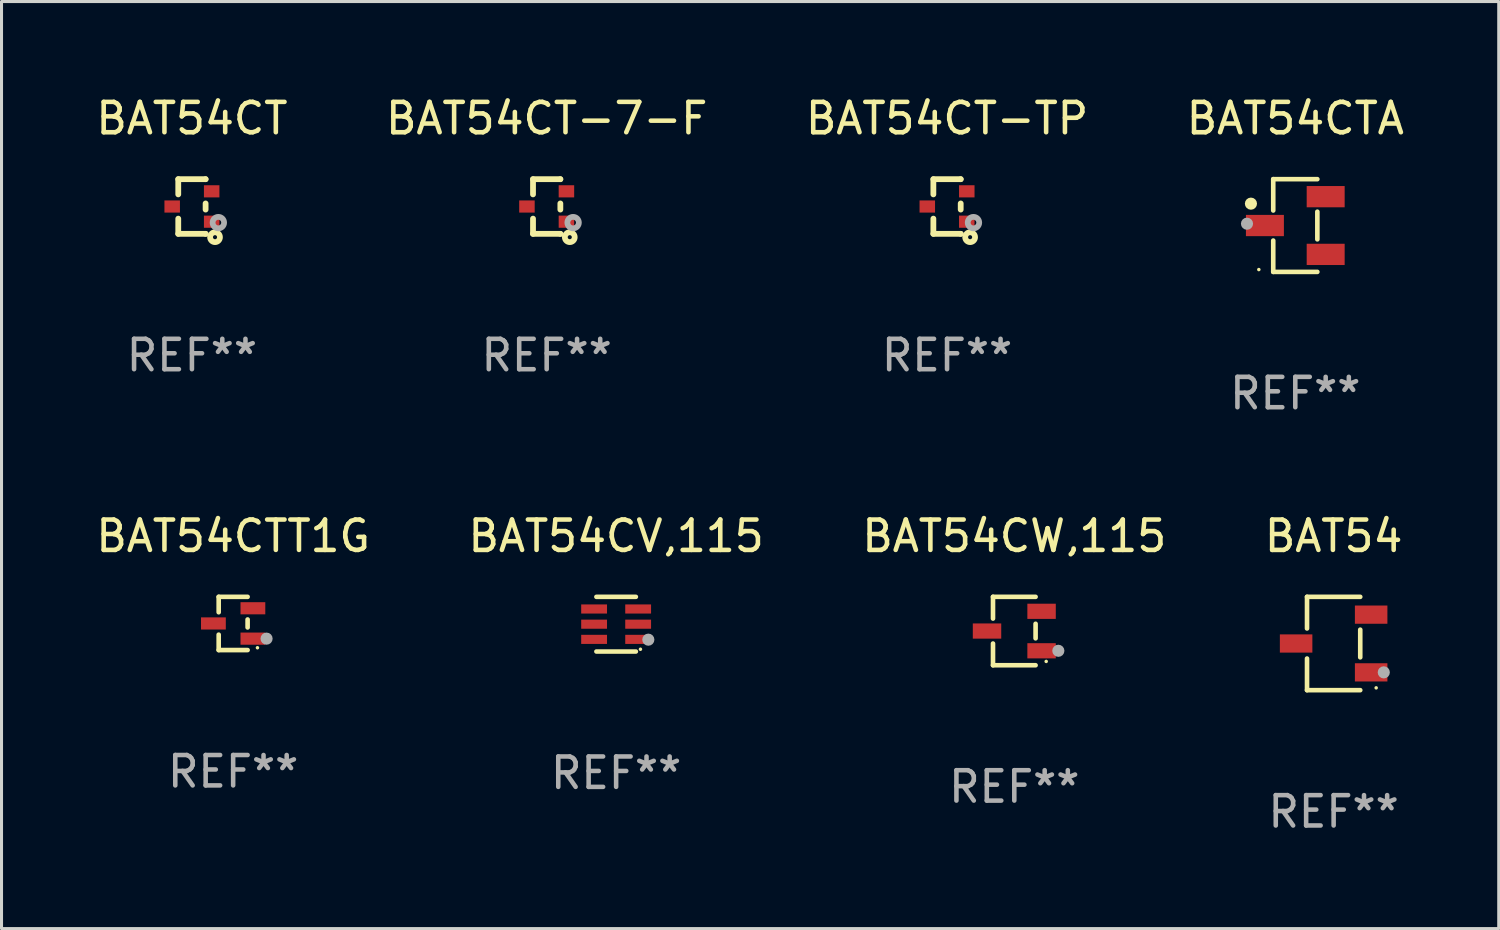
<source format=kicad_pcb>
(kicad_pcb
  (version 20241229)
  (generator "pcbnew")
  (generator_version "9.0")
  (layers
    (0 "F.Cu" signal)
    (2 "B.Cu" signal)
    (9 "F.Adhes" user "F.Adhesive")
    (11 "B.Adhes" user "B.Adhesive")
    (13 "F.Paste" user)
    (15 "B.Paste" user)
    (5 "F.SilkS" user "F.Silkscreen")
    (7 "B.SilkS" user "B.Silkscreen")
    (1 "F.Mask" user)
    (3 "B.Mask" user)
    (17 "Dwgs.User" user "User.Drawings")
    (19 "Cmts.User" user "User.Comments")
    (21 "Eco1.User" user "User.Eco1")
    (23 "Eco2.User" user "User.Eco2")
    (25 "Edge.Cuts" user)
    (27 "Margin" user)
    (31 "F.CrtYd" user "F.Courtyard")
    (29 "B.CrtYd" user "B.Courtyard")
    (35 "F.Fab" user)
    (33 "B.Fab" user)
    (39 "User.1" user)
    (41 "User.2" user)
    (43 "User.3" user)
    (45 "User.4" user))
  (footprint "BAT54CW,115"
    (layer "F.Cu")
    (at 30.339 17.723)
    (property "Reference" "BAT54CW,115" (at 0 -3.126 0) (layer "F.SilkS") (effects (font (size 1 1) (thickness 0.15))))
    (attr through_hole)
    (fp_line (start -0.701 -1.126) (end -0.701 -0.411) (stroke (width 0.152) (type solid)) (layer "F.SilkS"))
    (fp_line (start -0.701 1.126) (end -0.701 0.411) (stroke (width 0.152) (type solid)) (layer "F.SilkS"))
    (fp_line (start 0.701 -1.126) (end -0.701 -1.126) (stroke (width 0.152) (type solid)) (layer "F.SilkS"))
    (fp_line (start 0.701 -0.239) (end 0.701 0.239) (stroke (width 0.152) (type solid)) (layer "F.SilkS"))
    (fp_line (start 0.701 1.126) (end -0.701 1.126) (stroke (width 0.152) (type solid)) (layer "F.SilkS"))
    (fp_circle (center 1.05 1) (end 1.08 1) (stroke (width 0.06) (type solid)) (fill no) (layer "F.SilkS"))
    (fp_circle (center 1.45 0.65) (end 1.55 0.65) (stroke (width 0.2) (type solid)) (fill no) (layer "F.Fab"))
    (fp_text user "REF**" (at 0 5.126 0) (layer "F.Fab") (effects (font (size 1 1) (thickness 0.15))))
    (pad "1" smd rect (at 0.898 0.65) (size 0.936 0.5) (layers "F.Cu" "F.Mask" "F.Paste"))
    (pad "2" smd rect (at 0.898 -0.65) (size 0.936 0.5) (layers "F.Cu" "F.Mask" "F.Paste"))
    (pad "3" smd rect (at -0.898 0) (size 0.936 0.5) (layers "F.Cu" "F.Mask" "F.Paste")))
  (footprint "BAT54CT-7-F"
    (layer "F.Cu")
    (at 14.946 3.748)
    (property "Reference" "BAT54CT-7-F" (at 0 -2.9 0) (layer "F.SilkS") (effects (font (size 1 1) (thickness 0.15))))
    (attr through_hole)
    (fp_line (start -0.45 -0.9) (end 0.45 -0.9) (stroke (width 0.19) (type solid)) (layer "F.SilkS"))
    (fp_line (start -0.45 -0.399) (end -0.45 -0.9) (stroke (width 0.19) (type solid)) (layer "F.SilkS"))
    (fp_line (start -0.45 0.9) (end -0.45 0.399) (stroke (width 0.19) (type solid)) (layer "F.SilkS"))
    (fp_line (start -0.45 0.9) (end 0.45 0.9) (stroke (width 0.19) (type solid)) (layer "F.SilkS"))
    (fp_line (start 0.45 -0.899) (end 0.45 -0.9) (stroke (width 0.19) (type solid)) (layer "F.SilkS"))
    (fp_line (start 0.45 0.101) (end 0.45 -0.101) (stroke (width 0.19) (type solid)) (layer "F.SilkS"))
    (fp_line (start 0.45 0.9) (end 0.45 0.899) (stroke (width 0.19) (type solid)) (layer "F.SilkS"))
    (fp_circle (center 0.76 1.01) (end 0.827 1.01) (stroke (width 0.19) (type solid)) (fill no) (layer "F.SilkS"))
    (fp_circle (center 0.8 0.8) (end 0.81 0.8) (stroke (width 0.02) (type solid)) (fill no) (layer "F.SilkS"))
    (fp_circle (center 0.87 0.53) (end 0.964 0.53) (stroke (width 0.19) (type solid)) (fill no) (layer "F.Fab"))
    (fp_text user "REF**" (at 0 4.9 0) (layer "F.Fab") (effects (font (size 1 1) (thickness 0.15))))
    (pad "1" smd rect (at 0.65 0.5 90) (size 0.4 0.51) (layers "F.Cu" "F.Mask" "F.Paste"))
    (pad "2" smd rect (at 0.65 -0.5 90) (size 0.4 0.51) (layers "F.Cu" "F.Mask" "F.Paste"))
    (pad "3" smd rect (at -0.65 0.000127 90) (size 0.4 0.51) (layers "F.Cu" "F.Mask" "F.Paste")))
  (footprint "BAT54CTT1G"
    (layer "F.Cu")
    (at 4.625 17.473)
    (property "Reference" "BAT54CTT1G" (at 0 -2.876 0) (layer "F.SilkS") (effects (font (size 1 1) (thickness 0.15))))
    (attr through_hole)
    (fp_line (start -0.476 -0.876) (end -0.476 -0.369) (stroke (width 0.152) (type solid)) (layer "F.SilkS"))
    (fp_line (start -0.476 0.876) (end -0.476 0.369) (stroke (width 0.152) (type solid)) (layer "F.SilkS"))
    (fp_line (start 0.476 -0.876) (end -0.476 -0.876) (stroke (width 0.152) (type solid)) (layer "F.SilkS"))
    (fp_line (start 0.476 -0.131) (end 0.476 0.131) (stroke (width 0.152) (type solid)) (layer "F.SilkS"))
    (fp_line (start 0.476 0.876) (end -0.476 0.876) (stroke (width 0.152) (type solid)) (layer "F.SilkS"))
    (fp_circle (center 0.8 0.8) (end 0.83 0.8) (stroke (width 0.06) (type solid)) (fill no) (layer "F.SilkS"))
    (fp_circle (center 1.1 0.5) (end 1.2 0.5) (stroke (width 0.2) (type solid)) (fill no) (layer "F.Fab"))
    (fp_text user "REF**" (at 0 4.876 0) (layer "F.Fab") (effects (font (size 1 1) (thickness 0.15))))
    (pad "1" smd rect (at 0.65 0.5) (size 0.816 0.4) (layers "F.Cu" "F.Mask" "F.Paste"))
    (pad "2" smd rect (at 0.65 -0.5) (size 0.816 0.4) (layers "F.Cu" "F.Mask" "F.Paste"))
    (pad "3" smd rect (at -0.65 0) (size 0.816 0.4) (layers "F.Cu" "F.Mask" "F.Paste")))
  (footprint "BAT54CV,115"
    (layer "F.Cu")
    (at 17.232 17.497)
    (property "Reference" "BAT54CV,115" (at 0 -2.9 0) (layer "F.SilkS") (effects (font (size 1 1) (thickness 0.15))))
    (attr through_hole)
    (fp_line (start 0.65 -0.9) (end -0.65 -0.9) (stroke (width 0.15) (type solid)) (layer "F.SilkS"))
    (fp_line (start 0.65 0.9) (end -0.65 0.9) (stroke (width 0.15) (type solid)) (layer "F.SilkS"))
    (fp_circle (center 0.8 0.825) (end 0.83 0.825) (stroke (width 0.06) (type solid)) (fill no) (layer "F.SilkS"))
    (fp_circle (center 1.06 0.51) (end 1.16 0.51) (stroke (width 0.2) (type solid)) (fill no) (layer "F.Fab"))
    (fp_text user "REF**" (at 0 4.9 0) (layer "F.Fab") (effects (font (size 1 1) (thickness 0.15))))
    (pad "1" smd rect (at 0.725 0.5 90) (size 0.3 0.85) (layers "F.Cu" "F.Mask" "F.Paste"))
    (pad "2" smd rect (at 0.725 0.000102 90) (size 0.3 0.85) (layers "F.Cu" "F.Mask" "F.Paste"))
    (pad "3" smd rect (at 0.725 -0.5 90) (size 0.3 0.85) (layers "F.Cu" "F.Mask" "F.Paste"))
    (pad "4" smd rect (at -0.725 -0.5 90) (size 0.3 0.85) (layers "F.Cu" "F.Mask" "F.Paste"))
    (pad "5" smd rect (at -0.725 0.000102 90) (size 0.3 0.85) (layers "F.Cu" "F.Mask" "F.Paste"))
    (pad "6" smd rect (at -0.725 0.5 90) (size 0.3 0.85) (layers "F.Cu" "F.Mask" "F.Paste")))
  (footprint "BAT54CTA"
    (layer "F.Cu")
    (at 39.589 4.374)
    (property "Reference" "BAT54CTA" (at 0 -3.526 0) (layer "F.SilkS") (effects (font (size 1 1) (thickness 0.15))))
    (attr through_hole)
    (fp_line (start -0.726 -1.526) (end -0.726 -0.495) (stroke (width 0.152) (type solid)) (layer "F.SilkS"))
    (fp_line (start -0.726 1.526) (end -0.726 0.495) (stroke (width 0.152) (type solid)) (layer "F.SilkS"))
    (fp_line (start 0.726 -1.526) (end -0.726 -1.526) (stroke (width 0.152) (type solid)) (layer "F.SilkS"))
    (fp_line (start 0.726 -0.455) (end 0.726 0.455) (stroke (width 0.152) (type solid)) (layer "F.SilkS"))
    (fp_line (start 0.726 1.526) (end -0.726 1.526) (stroke (width 0.152) (type solid)) (layer "F.SilkS"))
    (fp_circle (center -1.46 -0.72) (end -1.36 -0.72) (stroke (width 0.2) (type solid)) (fill no) (layer "F.SilkS"))
    (fp_circle (center -1.2 1.45) (end -1.17 1.45) (stroke (width 0.06) (type solid)) (fill no) (layer "F.SilkS"))
    (fp_circle (center -1.59 -0.06) (end -1.49 -0.06) (stroke (width 0.2) (type solid)) (fill no) (layer "F.Fab"))
    (fp_text user "REF**" (at 0 5.526 0) (layer "F.Fab") (effects (font (size 1 1) (thickness 0.15))))
    (pad "1" smd rect (at -1 0) (size 1.25 0.7) (layers "F.Cu" "F.Mask" "F.Paste"))
    (pad "2" smd rect (at 1 -0.95) (size 1.25 0.7) (layers "F.Cu" "F.Mask" "F.Paste"))
    (pad "3" smd rect (at 1 0.95) (size 1.25 0.7) (layers "F.Cu" "F.Mask" "F.Paste")))
  (footprint "BAT54CT"
    (layer "F.Cu")
    (at 3.268 3.748)
    (property "Reference" "BAT54CT" (at 0 -2.9 0) (layer "F.SilkS") (effects (font (size 1 1) (thickness 0.15))))
    (attr through_hole)
    (fp_line (start -0.45 -0.9) (end 0.45 -0.9) (stroke (width 0.19) (type solid)) (layer "F.SilkS"))
    (fp_line (start -0.45 -0.399) (end -0.45 -0.9) (stroke (width 0.19) (type solid)) (layer "F.SilkS"))
    (fp_line (start -0.45 0.9) (end -0.45 0.399) (stroke (width 0.19) (type solid)) (layer "F.SilkS"))
    (fp_line (start -0.45 0.9) (end 0.45 0.9) (stroke (width 0.19) (type solid)) (layer "F.SilkS"))
    (fp_line (start 0.45 -0.899) (end 0.45 -0.9) (stroke (width 0.19) (type solid)) (layer "F.SilkS"))
    (fp_line (start 0.45 0.101) (end 0.45 -0.101) (stroke (width 0.19) (type solid)) (layer "F.SilkS"))
    (fp_line (start 0.45 0.9) (end 0.45 0.899) (stroke (width 0.19) (type solid)) (layer "F.SilkS"))
    (fp_circle (center 0.76 1.01) (end 0.827 1.01) (stroke (width 0.19) (type solid)) (fill no) (layer "F.SilkS"))
    (fp_circle (center 0.8 0.8) (end 0.81 0.8) (stroke (width 0.02) (type solid)) (fill no) (layer "F.SilkS"))
    (fp_circle (center 0.87 0.53) (end 0.964 0.53) (stroke (width 0.19) (type solid)) (fill no) (layer "F.Fab"))
    (fp_text user "REF**" (at 0 4.9 0) (layer "F.Fab") (effects (font (size 1 1) (thickness 0.15))))
    (pad "1" smd rect (at 0.65 0.5 90) (size 0.4 0.51) (layers "F.Cu" "F.Mask" "F.Paste"))
    (pad "2" smd rect (at 0.65 -0.5 90) (size 0.4 0.51) (layers "F.Cu" "F.Mask" "F.Paste"))
    (pad "3" smd rect (at -0.65 0.000127 90) (size 0.4 0.51) (layers "F.Cu" "F.Mask" "F.Paste")))
  (footprint "BAT54"
    (layer "F.Cu")
    (at 40.851 18.133)
    (property "Reference" "BAT54" (at 0 -3.536 0) (layer "F.SilkS") (effects (font (size 1 1) (thickness 0.15))))
    (attr through_hole)
    (fp_line (start -0.876 -1.536) (end -0.876 -0.495) (stroke (width 0.152) (type solid)) (layer "F.SilkS"))
    (fp_line (start -0.876 1.536) (end -0.876 0.495) (stroke (width 0.152) (type solid)) (layer "F.SilkS"))
    (fp_line (start 0.876 -1.536) (end -0.876 -1.536) (stroke (width 0.152) (type solid)) (layer "F.SilkS"))
    (fp_line (start 0.876 -0.455) (end 0.876 0.455) (stroke (width 0.152) (type solid)) (layer "F.SilkS"))
    (fp_line (start 0.876 1.536) (end -0.876 1.536) (stroke (width 0.152) (type solid)) (layer "F.SilkS"))
    (fp_circle (center 1.4 1.46) (end 1.43 1.46) (stroke (width 0.06) (type solid)) (fill no) (layer "F.SilkS"))
    (fp_circle (center 1.651 0.95) (end 1.751 0.95) (stroke (width 0.2) (type solid)) (fill no) (layer "F.Fab"))
    (fp_text user "REF**" (at 0 5.536 0) (layer "F.Fab") (effects (font (size 1 1) (thickness 0.15))))
    (pad "1" smd rect (at 1.235 0.95) (size 1.07 0.6) (layers "F.Cu" "F.Mask" "F.Paste"))
    (pad "2" smd rect (at 1.235 -0.95) (size 1.07 0.6) (layers "F.Cu" "F.Mask" "F.Paste"))
    (pad "3" smd rect (at -1.235 0) (size 1.07 0.6) (layers "F.Cu" "F.Mask" "F.Paste")))
  (footprint "BAT54CT-TP"
    (layer "F.Cu")
    (at 28.125 3.748)
    (property "Reference" "BAT54CT-TP" (at 0 -2.9 0) (layer "F.SilkS") (effects (font (size 1 1) (thickness 0.15))))
    (attr through_hole)
    (fp_line (start -0.45 -0.9) (end 0.45 -0.9) (stroke (width 0.19) (type solid)) (layer "F.SilkS"))
    (fp_line (start -0.45 -0.399) (end -0.45 -0.9) (stroke (width 0.19) (type solid)) (layer "F.SilkS"))
    (fp_line (start -0.45 0.9) (end -0.45 0.399) (stroke (width 0.19) (type solid)) (layer "F.SilkS"))
    (fp_line (start -0.45 0.9) (end 0.45 0.9) (stroke (width 0.19) (type solid)) (layer "F.SilkS"))
    (fp_line (start 0.45 -0.899) (end 0.45 -0.9) (stroke (width 0.19) (type solid)) (layer "F.SilkS"))
    (fp_line (start 0.45 0.101) (end 0.45 -0.101) (stroke (width 0.19) (type solid)) (layer "F.SilkS"))
    (fp_line (start 0.45 0.9) (end 0.45 0.899) (stroke (width 0.19) (type solid)) (layer "F.SilkS"))
    (fp_circle (center 0.76 1.01) (end 0.827 1.01) (stroke (width 0.19) (type solid)) (fill no) (layer "F.SilkS"))
    (fp_circle (center 0.8 0.8) (end 0.81 0.8) (stroke (width 0.02) (type solid)) (fill no) (layer "F.SilkS"))
    (fp_circle (center 0.87 0.53) (end 0.964 0.53) (stroke (width 0.19) (type solid)) (fill no) (layer "F.Fab"))
    (fp_text user "REF**" (at 0 4.9 0) (layer "F.Fab") (effects (font (size 1 1) (thickness 0.15))))
    (pad "1" smd rect (at 0.65 0.5 90) (size 0.4 0.51) (layers "F.Cu" "F.Mask" "F.Paste"))
    (pad "2" smd rect (at 0.65 -0.5 90) (size 0.4 0.51) (layers "F.Cu" "F.Mask" "F.Paste"))
    (pad "3" smd rect (at -0.65 0.000127 90) (size 0.4 0.51) (layers "F.Cu" "F.Mask" "F.Paste")))
  (gr_rect
    (start -3 -3)
    (end 46.286 27.518)
    (stroke (width 0.1) (type default))
    (fill no)
    (layer "Edge.Cuts")))
</source>
